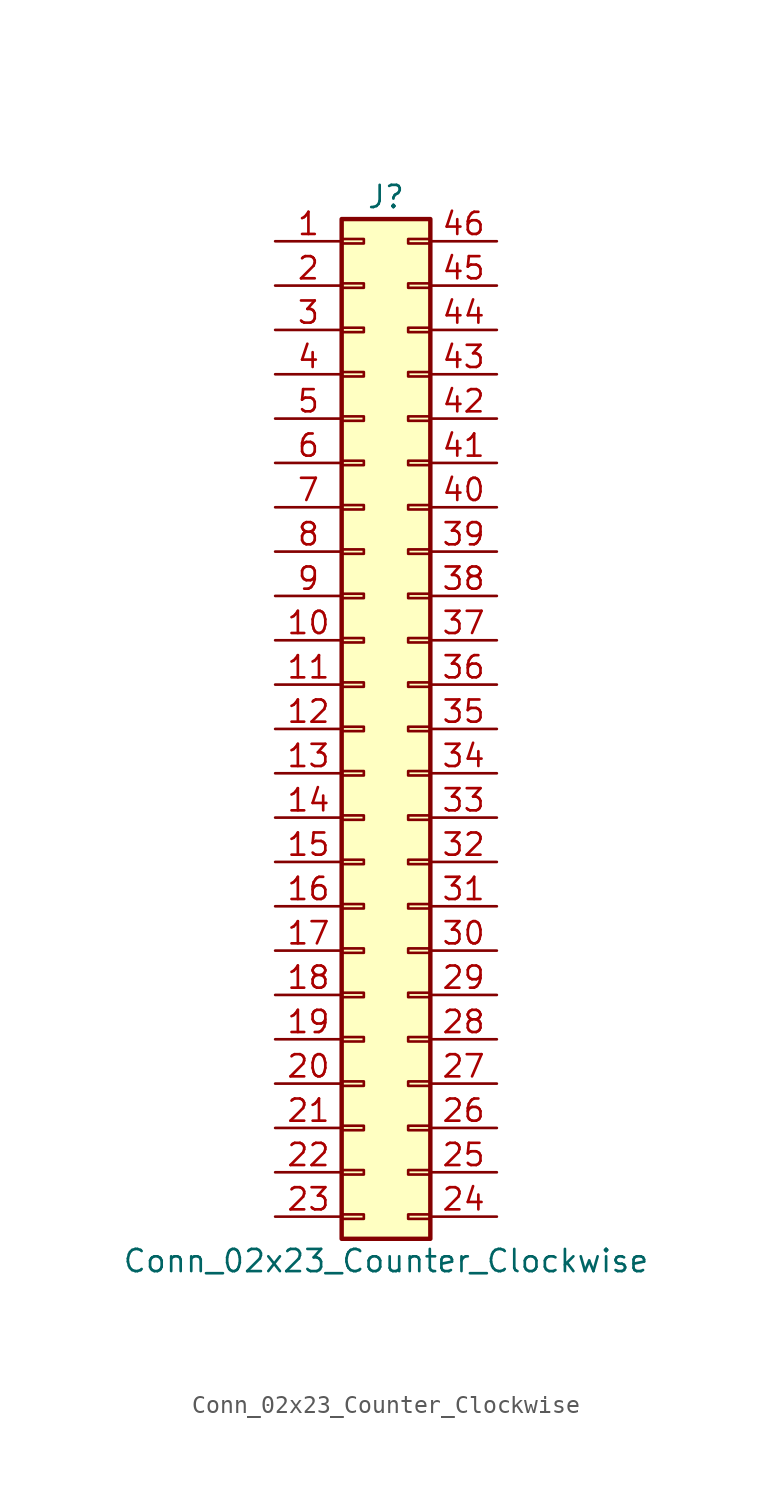
<source format=kicad_sym>
(kicad_symbol_lib
  (version 20201005)
  (generator kicad_symbol_editor)
  (symbol "Conn_02x23_Counter_Clockwise"
    (pin_names
      (offset 1.016) hide)
    (property "Reference" "J"
      (at 1.27 30.48 0)
      (effects (font (size 1.27 1.27))))
    (property "Value" "Conn_02x23_Counter_Clockwise"
      (at 1.27 -30.48 0)
      (effects (font (size 1.27 1.27))))
    (symbol "Conn_02x23_Counter_Clockwise_1_1"
      (rectangle (start -1.27 -27.813) (end 0 -28.067) (stroke (width 0.152)) (fill (type none)))
      (rectangle (start -1.27 -25.273) (end 0 -25.527) (stroke (width 0.152)) (fill (type none)))
      (rectangle (start -1.27 -22.733) (end 0 -22.987) (stroke (width 0.152)) (fill (type none)))
      (rectangle (start -1.27 -20.193) (end 0 -20.447) (stroke (width 0.152)) (fill (type none)))
      (rectangle (start -1.27 -17.653) (end 0 -17.907) (stroke (width 0.152)) (fill (type none)))
      (rectangle (start -1.27 -15.113) (end 0 -15.367) (stroke (width 0.152)) (fill (type none)))
      (rectangle (start -1.27 -12.573) (end 0 -12.827) (stroke (width 0.152)) (fill (type none)))
      (rectangle (start -1.27 -10.033) (end 0 -10.287) (stroke (width 0.152)) (fill (type none)))
      (rectangle (start -1.27 -7.493) (end 0 -7.747) (stroke (width 0.152)) (fill (type none)))
      (rectangle (start -1.27 -4.953) (end 0 -5.207) (stroke (width 0.152)) (fill (type none)))
      (rectangle (start -1.27 -2.413) (end 0 -2.667) (stroke (width 0.152)) (fill (type none)))
      (rectangle (start -1.27 0.127) (end 0 -0.127) (stroke (width 0.152)) (fill (type none)))
      (rectangle (start -1.27 2.667) (end 0 2.413) (stroke (width 0.152)) (fill (type none)))
      (rectangle (start -1.27 5.207) (end 0 4.953) (stroke (width 0.152)) (fill (type none)))
      (rectangle (start -1.27 7.747) (end 0 7.493) (stroke (width 0.152)) (fill (type none)))
      (rectangle (start -1.27 10.287) (end 0 10.033) (stroke (width 0.152)) (fill (type none)))
      (rectangle (start -1.27 12.827) (end 0 12.573) (stroke (width 0.152)) (fill (type none)))
      (rectangle (start -1.27 15.367) (end 0 15.113) (stroke (width 0.152)) (fill (type none)))
      (rectangle (start -1.27 17.907) (end 0 17.653) (stroke (width 0.152)) (fill (type none)))
      (rectangle (start -1.27 20.447) (end 0 20.193) (stroke (width 0.152)) (fill (type none)))
      (rectangle (start -1.27 22.987) (end 0 22.733) (stroke (width 0.152)) (fill (type none)))
      (rectangle (start -1.27 25.527) (end 0 25.273) (stroke (width 0.152)) (fill (type none)))
      (rectangle (start -1.27 28.067) (end 0 27.813) (stroke (width 0.152)) (fill (type none)))
      (rectangle (start -1.27 29.21) (end 3.81 -29.21) (stroke (width 0.254)) (fill (type background)))
      (rectangle (start 3.81 -27.813) (end 2.54 -28.067) (stroke (width 0.152)) (fill (type none)))
      (rectangle (start 3.81 -25.273) (end 2.54 -25.527) (stroke (width 0.152)) (fill (type none)))
      (rectangle (start 3.81 -22.733) (end 2.54 -22.987) (stroke (width 0.152)) (fill (type none)))
      (rectangle (start 3.81 -20.193) (end 2.54 -20.447) (stroke (width 0.152)) (fill (type none)))
      (rectangle (start 3.81 -17.653) (end 2.54 -17.907) (stroke (width 0.152)) (fill (type none)))
      (rectangle (start 3.81 -15.113) (end 2.54 -15.367) (stroke (width 0.152)) (fill (type none)))
      (rectangle (start 3.81 -12.573) (end 2.54 -12.827) (stroke (width 0.152)) (fill (type none)))
      (rectangle (start 3.81 -10.033) (end 2.54 -10.287) (stroke (width 0.152)) (fill (type none)))
      (rectangle (start 3.81 -7.493) (end 2.54 -7.747) (stroke (width 0.152)) (fill (type none)))
      (rectangle (start 3.81 -4.953) (end 2.54 -5.207) (stroke (width 0.152)) (fill (type none)))
      (rectangle (start 3.81 -2.413) (end 2.54 -2.667) (stroke (width 0.152)) (fill (type none)))
      (rectangle (start 3.81 0.127) (end 2.54 -0.127) (stroke (width 0.152)) (fill (type none)))
      (rectangle (start 3.81 2.667) (end 2.54 2.413) (stroke (width 0.152)) (fill (type none)))
      (rectangle (start 3.81 5.207) (end 2.54 4.953) (stroke (width 0.152)) (fill (type none)))
      (rectangle (start 3.81 7.747) (end 2.54 7.493) (stroke (width 0.152)) (fill (type none)))
      (rectangle (start 3.81 10.287) (end 2.54 10.033) (stroke (width 0.152)) (fill (type none)))
      (rectangle (start 3.81 12.827) (end 2.54 12.573) (stroke (width 0.152)) (fill (type none)))
      (rectangle (start 3.81 15.367) (end 2.54 15.113) (stroke (width 0.152)) (fill (type none)))
      (rectangle (start 3.81 17.907) (end 2.54 17.653) (stroke (width 0.152)) (fill (type none)))
      (rectangle (start 3.81 20.447) (end 2.54 20.193) (stroke (width 0.152)) (fill (type none)))
      (rectangle (start 3.81 22.987) (end 2.54 22.733) (stroke (width 0.152)) (fill (type none)))
      (rectangle (start 3.81 25.527) (end 2.54 25.273) (stroke (width 0.152)) (fill (type none)))
      (rectangle (start 3.81 28.067) (end 2.54 27.813) (stroke (width 0.152)) (fill (type none)))
      (pin passive line (at -5.08 27.94 0) (length 3.81) (name "Pin_1" (effects (font (size 1.27 1.27)))) (number "1" (effects (font (size 1.27 1.27)))))
      (pin passive line (at -5.08 5.08 0) (length 3.81) (name "Pin_10" (effects (font (size 1.27 1.27)))) (number "10" (effects (font (size 1.27 1.27)))))
      (pin passive line (at -5.08 2.54 0) (length 3.81) (name "Pin_11" (effects (font (size 1.27 1.27)))) (number "11" (effects (font (size 1.27 1.27)))))
      (pin passive line (at -5.08 0 0) (length 3.81) (name "Pin_12" (effects (font (size 1.27 1.27)))) (number "12" (effects (font (size 1.27 1.27)))))
      (pin passive line (at -5.08 -2.54 0) (length 3.81) (name "Pin_13" (effects (font (size 1.27 1.27)))) (number "13" (effects (font (size 1.27 1.27)))))
      (pin passive line (at -5.08 -5.08 0) (length 3.81) (name "Pin_14" (effects (font (size 1.27 1.27)))) (number "14" (effects (font (size 1.27 1.27)))))
      (pin passive line (at -5.08 -7.62 0) (length 3.81) (name "Pin_15" (effects (font (size 1.27 1.27)))) (number "15" (effects (font (size 1.27 1.27)))))
      (pin passive line (at -5.08 -10.16 0) (length 3.81) (name "Pin_16" (effects (font (size 1.27 1.27)))) (number "16" (effects (font (size 1.27 1.27)))))
      (pin passive line (at -5.08 -12.7 0) (length 3.81) (name "Pin_17" (effects (font (size 1.27 1.27)))) (number "17" (effects (font (size 1.27 1.27)))))
      (pin passive line (at -5.08 -15.24 0) (length 3.81) (name "Pin_18" (effects (font (size 1.27 1.27)))) (number "18" (effects (font (size 1.27 1.27)))))
      (pin passive line (at -5.08 -17.78 0) (length 3.81) (name "Pin_19" (effects (font (size 1.27 1.27)))) (number "19" (effects (font (size 1.27 1.27)))))
      (pin passive line (at -5.08 25.4 0) (length 3.81) (name "Pin_2" (effects (font (size 1.27 1.27)))) (number "2" (effects (font (size 1.27 1.27)))))
      (pin passive line (at -5.08 -20.32 0) (length 3.81) (name "Pin_20" (effects (font (size 1.27 1.27)))) (number "20" (effects (font (size 1.27 1.27)))))
      (pin passive line (at -5.08 -22.86 0) (length 3.81) (name "Pin_21" (effects (font (size 1.27 1.27)))) (number "21" (effects (font (size 1.27 1.27)))))
      (pin passive line (at -5.08 -25.4 0) (length 3.81) (name "Pin_22" (effects (font (size 1.27 1.27)))) (number "22" (effects (font (size 1.27 1.27)))))
      (pin passive line (at -5.08 -27.94 0) (length 3.81) (name "Pin_23" (effects (font (size 1.27 1.27)))) (number "23" (effects (font (size 1.27 1.27)))))
      (pin passive line (at 7.62 -27.94 180) (length 3.81) (name "Pin_24" (effects (font (size 1.27 1.27)))) (number "24" (effects (font (size 1.27 1.27)))))
      (pin passive line (at 7.62 -25.4 180) (length 3.81) (name "Pin_25" (effects (font (size 1.27 1.27)))) (number "25" (effects (font (size 1.27 1.27)))))
      (pin passive line (at 7.62 -22.86 180) (length 3.81) (name "Pin_26" (effects (font (size 1.27 1.27)))) (number "26" (effects (font (size 1.27 1.27)))))
      (pin passive line (at 7.62 -20.32 180) (length 3.81) (name "Pin_27" (effects (font (size 1.27 1.27)))) (number "27" (effects (font (size 1.27 1.27)))))
      (pin passive line (at 7.62 -17.78 180) (length 3.81) (name "Pin_28" (effects (font (size 1.27 1.27)))) (number "28" (effects (font (size 1.27 1.27)))))
      (pin passive line (at 7.62 -15.24 180) (length 3.81) (name "Pin_29" (effects (font (size 1.27 1.27)))) (number "29" (effects (font (size 1.27 1.27)))))
      (pin passive line (at -5.08 22.86 0) (length 3.81) (name "Pin_3" (effects (font (size 1.27 1.27)))) (number "3" (effects (font (size 1.27 1.27)))))
      (pin passive line (at 7.62 -12.7 180) (length 3.81) (name "Pin_30" (effects (font (size 1.27 1.27)))) (number "30" (effects (font (size 1.27 1.27)))))
      (pin passive line (at 7.62 -10.16 180) (length 3.81) (name "Pin_31" (effects (font (size 1.27 1.27)))) (number "31" (effects (font (size 1.27 1.27)))))
      (pin passive line (at 7.62 -7.62 180) (length 3.81) (name "Pin_32" (effects (font (size 1.27 1.27)))) (number "32" (effects (font (size 1.27 1.27)))))
      (pin passive line (at 7.62 -5.08 180) (length 3.81) (name "Pin_33" (effects (font (size 1.27 1.27)))) (number "33" (effects (font (size 1.27 1.27)))))
      (pin passive line (at 7.62 -2.54 180) (length 3.81) (name "Pin_34" (effects (font (size 1.27 1.27)))) (number "34" (effects (font (size 1.27 1.27)))))
      (pin passive line (at 7.62 0 180) (length 3.81) (name "Pin_35" (effects (font (size 1.27 1.27)))) (number "35" (effects (font (size 1.27 1.27)))))
      (pin passive line (at 7.62 2.54 180) (length 3.81) (name "Pin_36" (effects (font (size 1.27 1.27)))) (number "36" (effects (font (size 1.27 1.27)))))
      (pin passive line (at 7.62 5.08 180) (length 3.81) (name "Pin_37" (effects (font (size 1.27 1.27)))) (number "37" (effects (font (size 1.27 1.27)))))
      (pin passive line (at 7.62 7.62 180) (length 3.81) (name "Pin_38" (effects (font (size 1.27 1.27)))) (number "38" (effects (font (size 1.27 1.27)))))
      (pin passive line (at 7.62 10.16 180) (length 3.81) (name "Pin_39" (effects (font (size 1.27 1.27)))) (number "39" (effects (font (size 1.27 1.27)))))
      (pin passive line (at -5.08 20.32 0) (length 3.81) (name "Pin_4" (effects (font (size 1.27 1.27)))) (number "4" (effects (font (size 1.27 1.27)))))
      (pin passive line (at 7.62 12.7 180) (length 3.81) (name "Pin_40" (effects (font (size 1.27 1.27)))) (number "40" (effects (font (size 1.27 1.27)))))
      (pin passive line (at 7.62 15.24 180) (length 3.81) (name "Pin_41" (effects (font (size 1.27 1.27)))) (number "41" (effects (font (size 1.27 1.27)))))
      (pin passive line (at 7.62 17.78 180) (length 3.81) (name "Pin_42" (effects (font (size 1.27 1.27)))) (number "42" (effects (font (size 1.27 1.27)))))
      (pin passive line (at 7.62 20.32 180) (length 3.81) (name "Pin_43" (effects (font (size 1.27 1.27)))) (number "43" (effects (font (size 1.27 1.27)))))
      (pin passive line (at 7.62 22.86 180) (length 3.81) (name "Pin_44" (effects (font (size 1.27 1.27)))) (number "44" (effects (font (size 1.27 1.27)))))
      (pin passive line (at 7.62 25.4 180) (length 3.81) (name "Pin_45" (effects (font (size 1.27 1.27)))) (number "45" (effects (font (size 1.27 1.27)))))
      (pin passive line (at 7.62 27.94 180) (length 3.81) (name "Pin_46" (effects (font (size 1.27 1.27)))) (number "46" (effects (font (size 1.27 1.27)))))
      (pin passive line (at -5.08 17.78 0) (length 3.81) (name "Pin_5" (effects (font (size 1.27 1.27)))) (number "5" (effects (font (size 1.27 1.27)))))
      (pin passive line (at -5.08 15.24 0) (length 3.81) (name "Pin_6" (effects (font (size 1.27 1.27)))) (number "6" (effects (font (size 1.27 1.27)))))
      (pin passive line (at -5.08 12.7 0) (length 3.81) (name "Pin_7" (effects (font (size 1.27 1.27)))) (number "7" (effects (font (size 1.27 1.27)))))
      (pin passive line (at -5.08 10.16 0) (length 3.81) (name "Pin_8" (effects (font (size 1.27 1.27)))) (number "8" (effects (font (size 1.27 1.27)))))
      (pin passive line (at -5.08 7.62 0) (length 3.81) (name "Pin_9" (effects (font (size 1.27 1.27)))) (number "9" (effects (font (size 1.27 1.27))))))))
</source>
